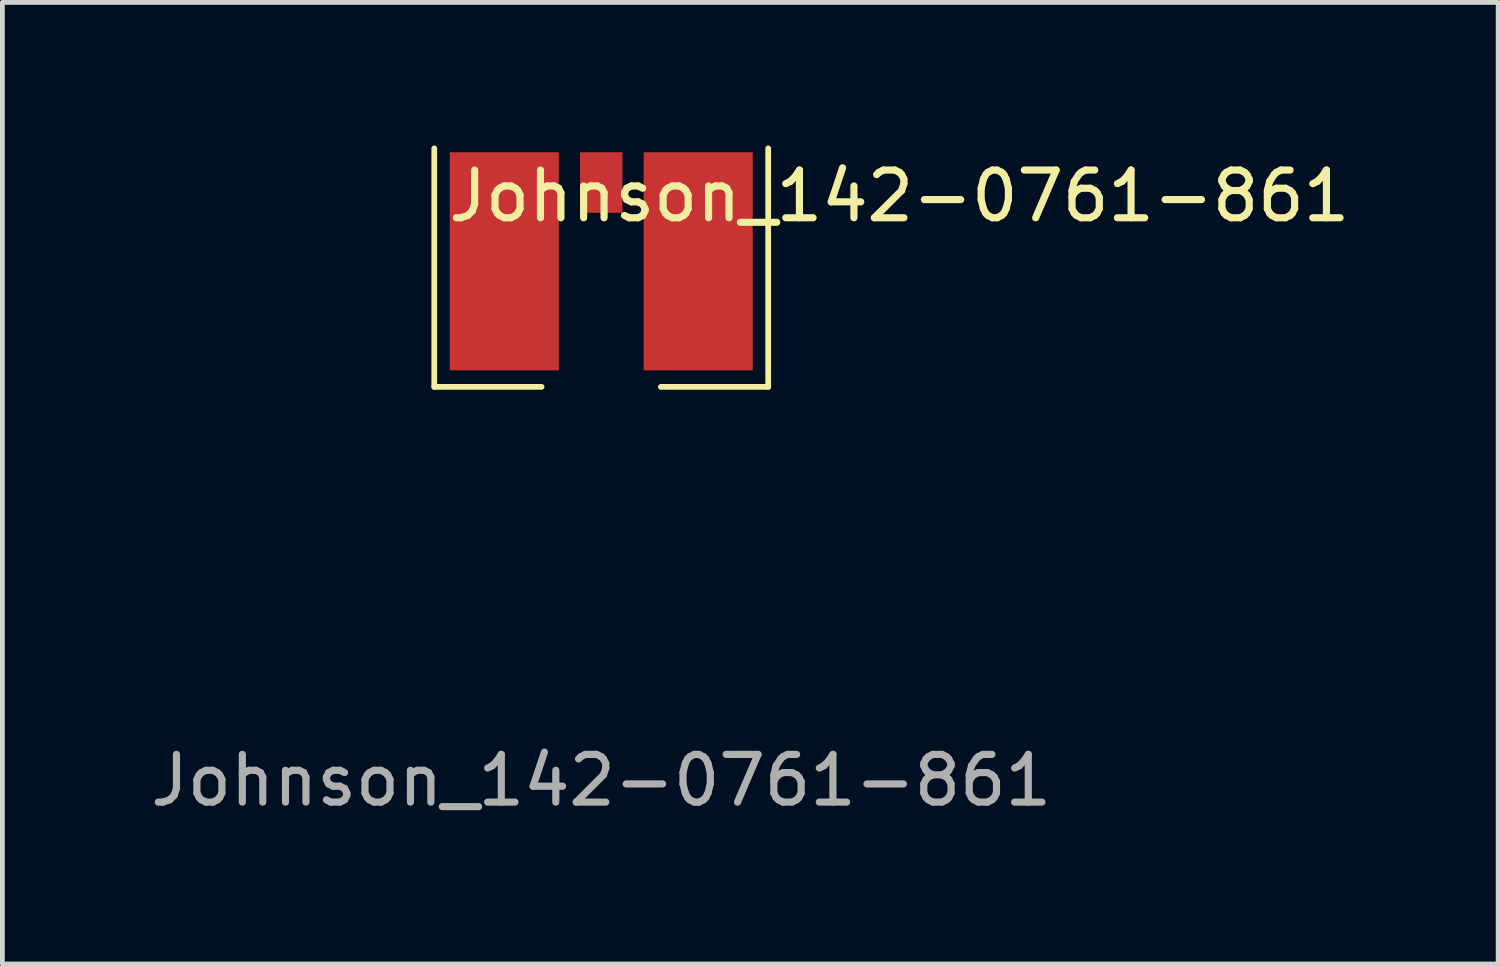
<source format=kicad_pcb>
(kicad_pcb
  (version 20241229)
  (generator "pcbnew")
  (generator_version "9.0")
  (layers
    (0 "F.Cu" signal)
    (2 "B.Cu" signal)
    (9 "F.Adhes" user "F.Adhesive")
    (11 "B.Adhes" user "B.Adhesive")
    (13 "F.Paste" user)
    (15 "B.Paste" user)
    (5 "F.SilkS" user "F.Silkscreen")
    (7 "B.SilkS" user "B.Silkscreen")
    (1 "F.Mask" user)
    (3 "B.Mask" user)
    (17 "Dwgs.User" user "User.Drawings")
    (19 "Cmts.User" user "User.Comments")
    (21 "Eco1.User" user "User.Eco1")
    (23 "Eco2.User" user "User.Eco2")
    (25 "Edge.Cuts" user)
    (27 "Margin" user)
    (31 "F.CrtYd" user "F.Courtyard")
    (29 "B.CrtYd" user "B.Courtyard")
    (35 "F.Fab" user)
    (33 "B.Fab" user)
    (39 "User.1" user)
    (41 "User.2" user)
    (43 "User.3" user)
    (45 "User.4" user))
  (footprint "Johnson_142-0761-861"
    (layer "F.Cu")
    (at 9.554 10.81)
    (property "Reference" "Johnson_142-0761-861" (at 6.25 -9.75 0) (unlocked yes) (layer "F.SilkS") (effects (font (size 1 1) (thickness 0.15))))
    (attr smd)
    (fp_line (start -3.5 -10.75) (end -3.5 -5.75) (stroke (width 0.12) (type solid)) (layer "F.SilkS"))
    (fp_line (start -3.5 -5.75) (end -1.25 -5.75) (stroke (width 0.12) (type solid)) (layer "F.SilkS"))
    (fp_line (start 3.5 -10.75) (end 3.5 -5.75) (stroke (width 0.12) (type solid)) (layer "F.SilkS"))
    (fp_line (start 3.5 -5.75) (end 1.25 -5.75) (stroke (width 0.12) (type solid)) (layer "F.SilkS"))
    (fp_text user "${REFERENCE}" (at 0 2.5 0) (unlocked yes) (layer "F.Fab") (effects (font (size 1 1) (thickness 0.15))))
    (pad "1" smd rect (at 0 -10.033 90) (size 1.27 0.889) (layers "F.Cu" "F.Mask" "F.Paste"))
    (pad "2" smd rect (at -2.032 -8.382 90) (size 4.572 2.286) (layers "F.Cu" "F.Mask" "F.Paste"))
    (pad "2" smd rect (at 2.032 -8.382 90) (size 4.572 2.286) (layers "F.Cu" "F.Mask" "F.Paste")))
  (gr_rect
    (start -3 -3)
    (end 28.357 17.158)
    (stroke (width 0.1) (type default))
    (fill no)
    (layer "Edge.Cuts")))
</source>
